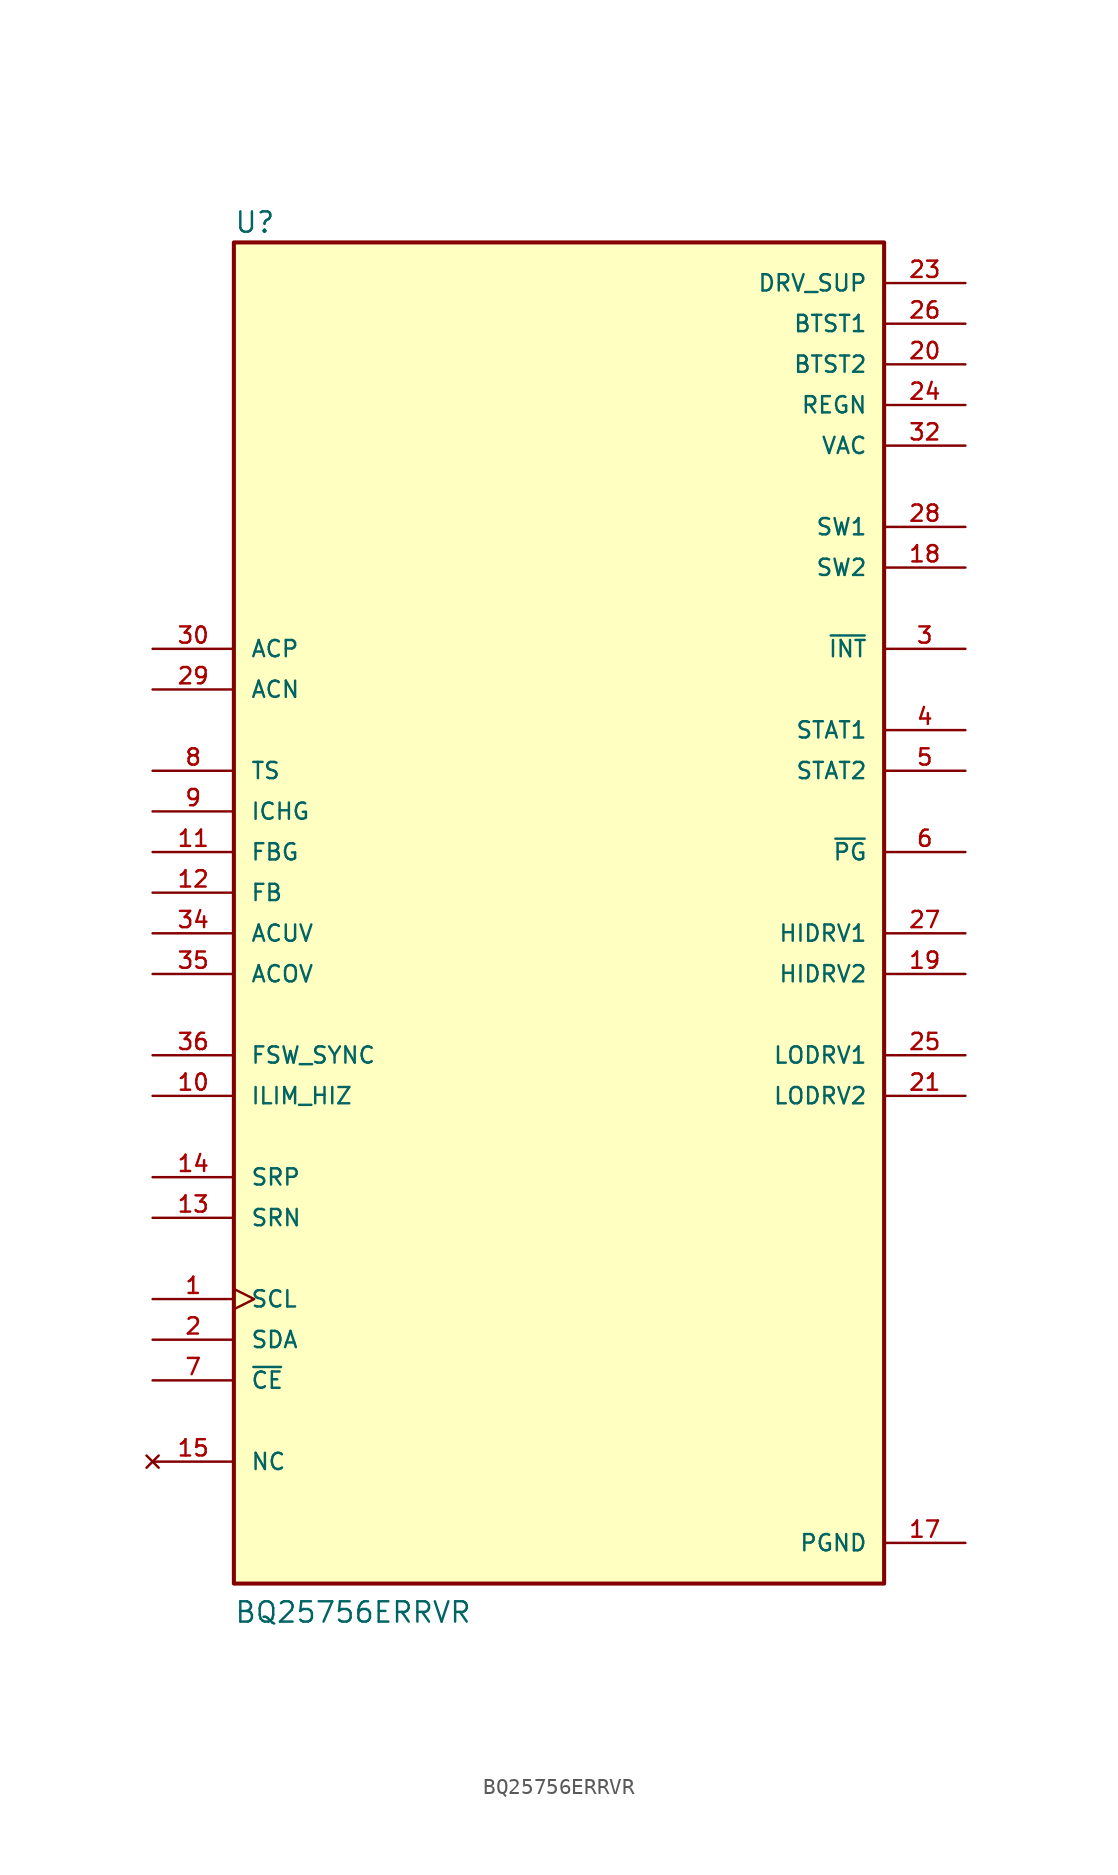
<source format=kicad_sym>
(kicad_symbol_lib
  (version 20211014)
  (generator kicad_symbol_editor)
  (symbol "BQ25756ERRVR"
    (pin_names
      (offset 1.016))
    (property "Reference" "U"
      (at -20.32 41.148 0)
      (effects (font (size 1.27 1.27)) (justify bottom left)))
    (property "Value" "BQ25756ERRVR"
      (at -20.32 -45.72 0)
      (effects (font (size 1.27 1.27)) (justify bottom left)))
    (symbol "BQ25756ERRVR_0_0"
      (rectangle (start -20.32 -43.18) (end 20.32 40.64) (stroke (width 0.254)) (fill (type background)))
      (pin input line (at -25.4 12.7 0) (length 5.08) (name "ACN" (effects (font (size 1.016 1.016)))) (number "29" (effects (font (size 1.016 1.016)))))
      (pin input line (at -25.4 15.24 0) (length 5.08) (name "ACP" (effects (font (size 1.016 1.016)))) (number "30" (effects (font (size 1.016 1.016)))))
      (pin input line (at -25.4 -12.7 0) (length 5.08) (name "ILIM_HIZ" (effects (font (size 1.016 1.016)))) (number "10" (effects (font (size 1.016 1.016)))))
      (pin bidirectional line (at -25.4 -27.94 0) (length 5.08) (name "SDA" (effects (font (size 1.016 1.016)))) (number "2" (effects (font (size 1.016 1.016)))))
      (pin input clock (at -25.4 -25.4 0) (length 5.08) (name "SCL" (effects (font (size 1.016 1.016)))) (number "1" (effects (font (size 1.016 1.016)))))
      (pin input line (at -25.4 -20.32 0) (length 5.08) (name "SRN" (effects (font (size 1.016 1.016)))) (number "13" (effects (font (size 1.016 1.016)))))
      (pin input line (at -25.4 -17.78 0) (length 5.08) (name "SRP" (effects (font (size 1.016 1.016)))) (number "14" (effects (font (size 1.016 1.016)))))
      (pin power_in line (at 25.4 20.32 180.0) (length 5.08) (name "SW2" (effects (font (size 1.016 1.016)))) (number "18" (effects (font (size 1.016 1.016)))))
      (pin output line (at 25.4 -5.08 180.0) (length 5.08) (name "HIDRV2" (effects (font (size 1.016 1.016)))) (number "19" (effects (font (size 1.016 1.016)))))
      (pin power_in line (at 25.4 33.02 180.0) (length 5.08) (name "BTST2" (effects (font (size 1.016 1.016)))) (number "20" (effects (font (size 1.016 1.016)))))
      (pin output line (at 25.4 -12.7 180.0) (length 5.08) (name "LODRV2" (effects (font (size 1.016 1.016)))) (number "21" (effects (font (size 1.016 1.016)))))
      (pin power_in line (at 25.4 30.48 180.0) (length 5.08) (name "REGN" (effects (font (size 1.016 1.016)))) (number "24" (effects (font (size 1.016 1.016)))))
      (pin output line (at 25.4 -10.16 180.0) (length 5.08) (name "LODRV1" (effects (font (size 1.016 1.016)))) (number "25" (effects (font (size 1.016 1.016)))))
      (pin power_in line (at 25.4 35.56 180.0) (length 5.08) (name "BTST1" (effects (font (size 1.016 1.016)))) (number "26" (effects (font (size 1.016 1.016)))))
      (pin output line (at 25.4 -2.54 180.0) (length 5.08) (name "HIDRV1" (effects (font (size 1.016 1.016)))) (number "27" (effects (font (size 1.016 1.016)))))
      (pin power_in line (at 25.4 22.86 180.0) (length 5.08) (name "SW1" (effects (font (size 1.016 1.016)))) (number "28" (effects (font (size 1.016 1.016)))))
      (pin power_in line (at 25.4 -40.64 180.0) (length 5.08) (name "PGND" (effects (font (size 1.016 1.016)))) (number "17" (effects (font (size 1.016 1.016)))))
      (pin power_in line (at 25.4 -40.64 180.0) (length 5.08) hide (name "PGND" (effects (font (size 1.016 1.016)))) (number "22" (effects (font (size 1.016 1.016)))))
      (pin power_in line (at 25.4 -40.64 180.0) (length 5.08) hide (name "PGND" (effects (font (size 1.016 1.016)))) (number "37" (effects (font (size 1.016 1.016)))))
      (pin output line (at 25.4 15.24 180.0) (length 5.08) (name "~{INT}" (effects (font (size 1.016 1.016)))) (number "3" (effects (font (size 1.016 1.016)))))
      (pin output line (at 25.4 10.16 180.0) (length 5.08) (name "STAT1" (effects (font (size 1.016 1.016)))) (number "4" (effects (font (size 1.016 1.016)))))
      (pin output line (at 25.4 7.62 180.0) (length 5.08) (name "STAT2" (effects (font (size 1.016 1.016)))) (number "5" (effects (font (size 1.016 1.016)))))
      (pin output line (at 25.4 2.54 180.0) (length 5.08) (name "~{PG}" (effects (font (size 1.016 1.016)))) (number "6" (effects (font (size 1.016 1.016)))))
      (pin bidirectional line (at -25.4 -30.48 0) (length 5.08) (name "~{CE}" (effects (font (size 1.016 1.016)))) (number "7" (effects (font (size 1.016 1.016)))))
      (pin input line (at -25.4 7.62 0) (length 5.08) (name "TS" (effects (font (size 1.016 1.016)))) (number "8" (effects (font (size 1.016 1.016)))))
      (pin input line (at -25.4 5.08 0) (length 5.08) (name "ICHG" (effects (font (size 1.016 1.016)))) (number "9" (effects (font (size 1.016 1.016)))))
      (pin input line (at -25.4 2.54 0) (length 5.08) (name "FBG" (effects (font (size 1.016 1.016)))) (number "11" (effects (font (size 1.016 1.016)))))
      (pin input line (at -25.4 0.0 0) (length 5.08) (name "FB" (effects (font (size 1.016 1.016)))) (number "12" (effects (font (size 1.016 1.016)))))
      (pin power_in line (at 25.4 38.1 180.0) (length 5.08) (name "DRV_SUP" (effects (font (size 1.016 1.016)))) (number "23" (effects (font (size 1.016 1.016)))))
      (pin power_in line (at 25.4 27.94 180.0) (length 5.08) (name "VAC" (effects (font (size 1.016 1.016)))) (number "32" (effects (font (size 1.016 1.016)))))
      (pin power_in line (at 25.4 27.94 180.0) (length 5.08) hide (name "VAC" (effects (font (size 1.016 1.016)))) (number "33" (effects (font (size 1.016 1.016)))))
      (pin input line (at -25.4 -2.54 0) (length 5.08) (name "ACUV" (effects (font (size 1.016 1.016)))) (number "34" (effects (font (size 1.016 1.016)))))
      (pin input line (at -25.4 -5.08 0) (length 5.08) (name "ACOV" (effects (font (size 1.016 1.016)))) (number "35" (effects (font (size 1.016 1.016)))))
      (pin input line (at -25.4 -10.16 0) (length 5.08) (name "FSW_SYNC" (effects (font (size 1.016 1.016)))) (number "36" (effects (font (size 1.016 1.016)))))
      (pin no_connect line (at -25.4 -35.56 0) (length 5.08) (name "NC" (effects (font (size 1.016 1.016)))) (number "15" (effects (font (size 1.016 1.016)))))
      (pin no_connect line (at -25.4 -35.56 0) (length 5.08) hide (name "NC" (effects (font (size 1.016 1.016)))) (number "16" (effects (font (size 1.016 1.016)))))
      (pin no_connect line (at -25.4 -35.56 0) (length 5.08) hide (name "NC" (effects (font (size 1.016 1.016)))) (number "31" (effects (font (size 1.016 1.016))))))))
</source>
